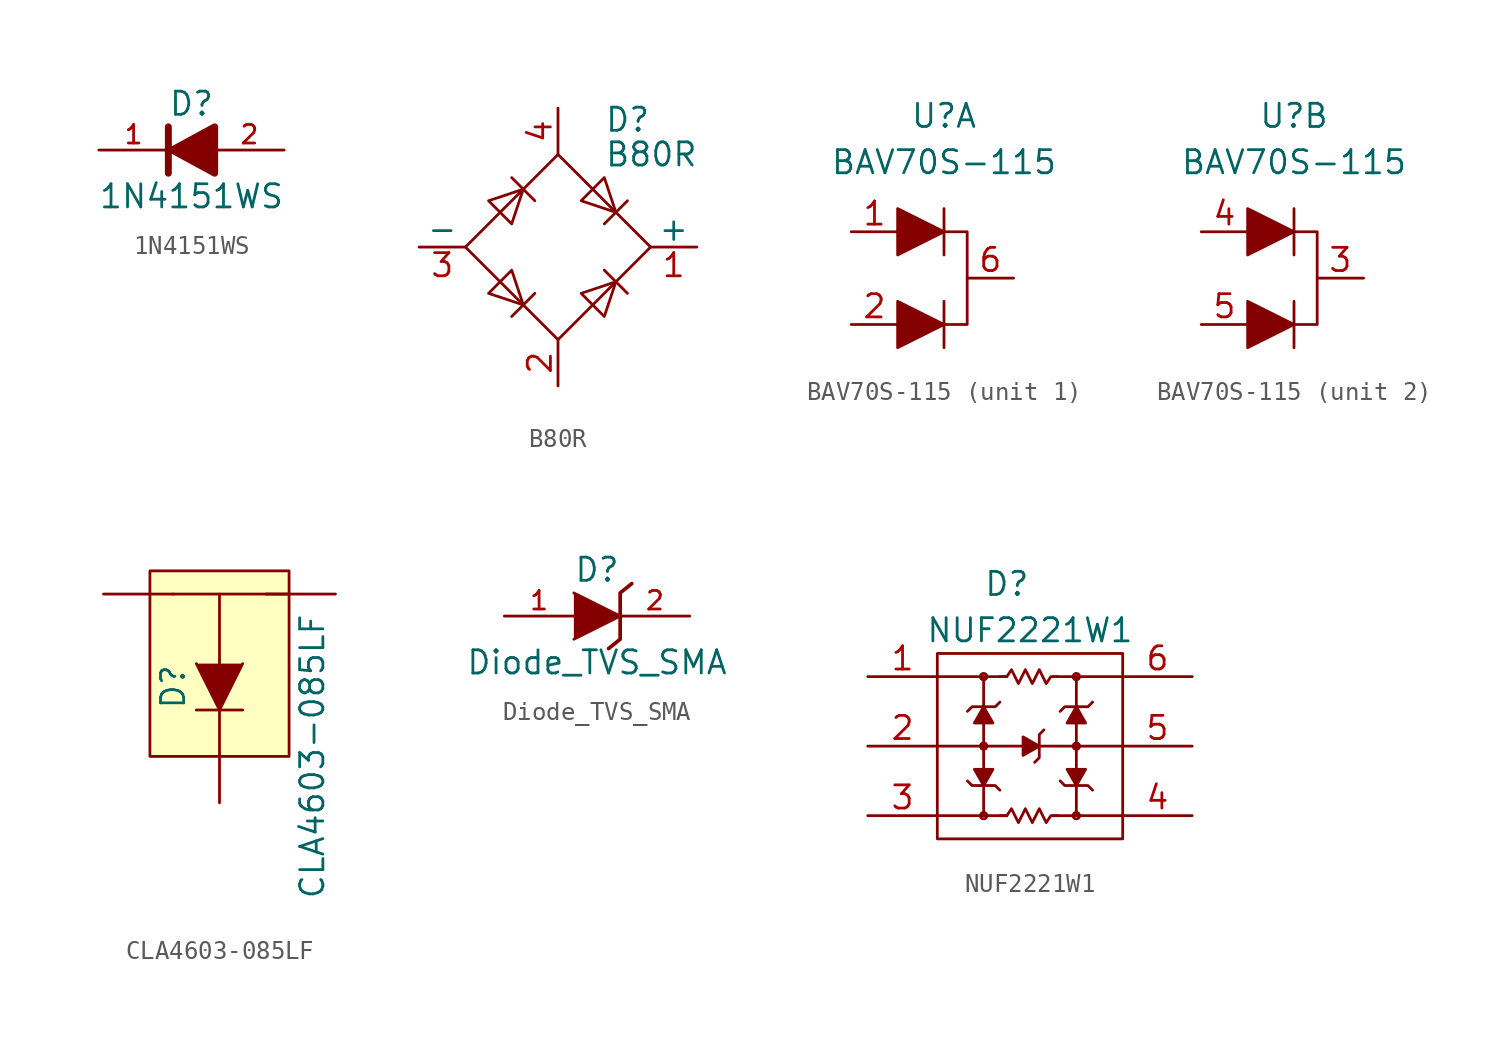
<source format=kicad_sym>
(kicad_symbol_lib
  (version 20231120)
  (generator "kicad_symbol_editor")
  (generator_version "8.0")
  (symbol "1N4151WS"
    (pin_names
      (offset 1.016))
    (property "Reference" "D"
      (at 0 2.54 0)
      (effects (font (size 1.27 1.27))))
    (property "Value" "1N4151WS"
      (at 0 -2.54 0)
      (effects (font (size 1.27 1.27))))
    (symbol "1N4151WS_0_1"
      (polyline (pts (xy -1.27 1.27) (xy -1.27 -1.27)) (stroke (width 0.381) (type default)) (fill (type none)))
      (polyline (pts (xy -1.067 0) (xy 1.27 1.27) (xy 1.27 -1.27) (xy -1.067 0)) (stroke (width 0.381) (type default)) (fill (type outline))))
    (symbol "1N4151WS_1_1"
      (pin passive line (at -5.08 0 0) (length 3.81) (name "~" (effects (font (size 1.016 1.016)))) (number "1" (effects (font (size 1.016 1.016)))))
      (pin passive line (at 5.08 0 180) (length 3.81) (name "~" (effects (font (size 1.016 1.016)))) (number "2" (effects (font (size 1.016 1.016)))))))
  (symbol "B80R"
    (pin_names
      (offset 0))
    (property "Reference" "D"
      (at 2.54 6.985 0)
      (effects (font (size 1.27 1.27)) (justify left)))
    (property "Value" "B80R"
      (at 2.54 5.08 0)
      (effects (font (size 1.27 1.27)) (justify left)))
    (symbol "B80R_0_1"
      (polyline (pts (xy -2.54 3.81) (xy -1.27 2.54)) (stroke (width 0) (type default)) (fill (type none)))
      (polyline (pts (xy -1.27 -2.54) (xy -2.54 -3.81)) (stroke (width 0) (type default)) (fill (type none)))
      (polyline (pts (xy 2.54 -1.27) (xy 3.81 -2.54)) (stroke (width 0) (type default)) (fill (type none)))
      (polyline (pts (xy 2.54 1.27) (xy 3.81 2.54)) (stroke (width 0) (type default)) (fill (type none)))
      (polyline (pts (xy -3.81 2.54) (xy -2.54 1.27) (xy -1.905 3.175) (xy -3.81 2.54)) (stroke (width 0) (type default)) (fill (type none)))
      (polyline (pts (xy -2.54 -1.27) (xy -3.81 -2.54) (xy -1.905 -3.175) (xy -2.54 -1.27)) (stroke (width 0) (type default)) (fill (type none)))
      (polyline (pts (xy 1.27 2.54) (xy 2.54 3.81) (xy 3.175 1.905) (xy 1.27 2.54)) (stroke (width 0) (type default)) (fill (type none)))
      (polyline (pts (xy 3.175 -1.905) (xy 1.27 -2.54) (xy 2.54 -3.81) (xy 3.175 -1.905)) (stroke (width 0) (type default)) (fill (type none)))
      (polyline (pts (xy -5.08 0) (xy 0 -5.08) (xy 5.08 0) (xy 0 5.08) (xy -5.08 0)) (stroke (width 0) (type default)) (fill (type none))))
    (symbol "B80R_1_1"
      (pin passive line (at 7.62 0 180) (length 2.54) (name "+" (effects (font (size 1.27 1.27)))) (number "1" (effects (font (size 1.27 1.27)))))
      (pin passive line (at 0 -7.62 90) (length 2.54) (name "~" (effects (font (size 1.27 1.27)))) (number "2" (effects (font (size 1.27 1.27)))))
      (pin passive line (at -7.62 0 0) (length 2.54) (name "-" (effects (font (size 1.27 1.27)))) (number "3" (effects (font (size 1.27 1.27)))))
      (pin passive line (at 0 7.62 270) (length 2.54) (name "~" (effects (font (size 1.27 1.27)))) (number "4" (effects (font (size 1.27 1.27)))))))
  (symbol "BAV70S-115"
    (pin_names hide)
    (property "Reference" "U"
      (at 0 8.89 0)
      (effects (font (size 1.27 1.27))))
    (property "Value" "BAV70S-115"
      (at 0 6.35 0)
      (effects (font (size 1.27 1.27))))
    (symbol "BAV70S-115_0_1"
      (polyline (pts (xy 0 -1.27) (xy 0 -3.81)) (stroke (width 0.152) (type default)) (fill (type none)))
      (polyline (pts (xy 0 3.81) (xy 0 1.27)) (stroke (width 0.152) (type default)) (fill (type none)))
      (polyline (pts (xy -2.54 -1.27) (xy -2.54 -3.81) (xy 0 -2.54) (xy -2.54 -1.27)) (stroke (width 0.152) (type default)) (fill (type outline)))
      (polyline (pts (xy -2.54 3.81) (xy -2.54 1.27) (xy 0 2.54) (xy -2.54 3.81)) (stroke (width 0.152) (type default)) (fill (type outline)))
      (polyline (pts (xy 0 2.54) (xy 1.27 2.54) (xy 1.27 -2.54) (xy 0 -2.54)) (stroke (width 0.152) (type default)) (fill (type none))))
    (symbol "BAV70S-115_1_1"
      (pin input line (at -5.08 2.54 0) (length 2.54) (name "A1" (effects (font (size 1.27 1.27)))) (number "1" (effects (font (size 1.27 1.27)))))
      (pin input line (at -5.08 -2.54 0) (length 2.54) (name "A2" (effects (font (size 1.27 1.27)))) (number "2" (effects (font (size 1.27 1.27)))))
      (pin input line (at 3.81 0 180) (length 2.54) (name "K12" (effects (font (size 1.27 1.27)))) (number "6" (effects (font (size 1.27 1.27))))))
    (symbol "BAV70S-115_2_1"
      (pin input line (at 3.81 0 180) (length 2.54) (name "K34" (effects (font (size 1.27 1.27)))) (number "3" (effects (font (size 1.27 1.27)))))
      (pin input line (at -5.08 2.54 0) (length 2.54) (name "A3" (effects (font (size 1.27 1.27)))) (number "4" (effects (font (size 1.27 1.27)))))
      (pin input line (at -5.08 -2.54 0) (length 2.54) (name "A4" (effects (font (size 1.27 1.27)))) (number "5" (effects (font (size 1.27 1.27)))))))
  (symbol "CLA4603-085LF"
    (pin_numbers hide)
    (pin_names
      (offset 1.016) hide)
    (property "Reference" "D"
      (at -2.54 -5.08 90)
      (effects (font (size 1.27 1.27))))
    (property "Value" "CLA4603-085LF"
      (at 5.08 -8.89 90)
      (effects (font (size 1.27 1.27))))
    (property "Footprint" ""
      (at 0 -7.62 90)
      (effects (font (size 1.27 1.27))))
    (property "Datasheet" ""
      (at -2.54 -5.08 90)
      (effects (font (size 1.27 1.27))))
    (symbol "CLA4603-085LF_0_1"
      (rectangle (start -3.81 1.27) (end 3.81 -8.89) (stroke (width 0) (type default)) (fill (type background)))
      (polyline (pts (xy -1.27 -6.35) (xy 1.27 -6.35)) (stroke (width 0.152) (type default)) (fill (type none)))
      (polyline (pts (xy 0 -8.89) (xy 0 -6.35)) (stroke (width 0) (type default)) (fill (type none)))
      (polyline (pts (xy 0 0) (xy 0 -3.81)) (stroke (width 0) (type default)) (fill (type none)))
      (polyline (pts (xy -2.54 0) (xy 3.81 0) (xy 1.27 0)) (stroke (width 0) (type default)) (fill (type none)))
      (polyline (pts (xy -1.27 -3.81) (xy 0 -6.35) (xy 1.27 -3.81)) (stroke (width 0) (type default)) (fill (type outline))))
    (symbol "CLA4603-085LF_1_1"
      (pin passive line (at -6.35 0 0) (length 3.81) (name "A" (effects (font (size 1.27 1.27)))) (number "1" (effects (font (size 1.27 1.27)))))
      (pin input line (at 0 -11.43 90) (length 2.54) (name "K" (effects (font (size 1.27 1.27)))) (number "2" (effects (font (size 1.27 1.27)))))
      (pin passive line (at 6.35 0 180) (length 3.81) (name "A" (effects (font (size 1.27 1.27)))) (number "3" (effects (font (size 1.27 1.27)))))))
  (symbol "Diode_TVS_SMA"
    (pin_names
      (offset 1.016) hide)
    (property "Reference" "D"
      (at 0 2.54 0)
      (effects (font (size 1.27 1.27))))
    (property "Value" "Diode_TVS_SMA"
      (at 0 -2.54 0)
      (effects (font (size 1.27 1.27))))
    (property "Footprint" ""
      (at 0 0 0)
      (effects (font (size 1.524 1.524))))
    (property "Datasheet" ""
      (at 0 0 0)
      (effects (font (size 1.524 1.524))))
    (symbol "Diode_TVS_SMA_0_1"
      (polyline (pts (xy -1.27 1.27) (xy 1.27 0) (xy -1.27 -1.27)) (stroke (width 0) (type default)) (fill (type outline)))
      (polyline (pts (xy 1.905 1.778) (xy 1.27 1.27) (xy 1.27 -1.27) (xy 0.635 -1.778)) (stroke (width 0.203) (type default)) (fill (type none))))
    (symbol "Diode_TVS_SMA_1_1"
      (pin passive line (at -5.08 0 0) (length 3.81) (name "A" (effects (font (size 1.016 1.016)))) (number "1" (effects (font (size 1.016 1.016)))))
      (pin passive line (at 5.08 0 180) (length 3.81) (name "K" (effects (font (size 1.016 1.016)))) (number "2" (effects (font (size 1.016 1.016)))))))
  (symbol "NUF2221W1"
    (pin_names
      (offset 1.016) hide)
    (property "Reference" "D"
      (at -1.27 8.89 0)
      (effects (font (size 1.27 1.27))))
    (property "Value" "NUF2221W1"
      (at 0 6.35 0)
      (effects (font (size 1.27 1.27))))
    (symbol "NUF2221W1_0_1"
      (rectangle (start -5.08 5.08) (end 5.08 -5.08) (stroke (width 0) (type default)) (fill (type none)))
      (circle (center -2.54 -3.81) (radius 0.178) (stroke (width 0) (type default)) (fill (type none)))
      (circle (center -2.54 0) (radius 0.178) (stroke (width 0) (type default)) (fill (type none)))
      (circle (center -2.54 3.81) (radius 0.178) (stroke (width 0) (type default)) (fill (type none)))
      (polyline (pts (xy -5.08 3.81) (xy -1.27 3.81)) (stroke (width 0) (type default)) (fill (type none)))
      (polyline (pts (xy -2.54 3.81) (xy -2.54 -3.81)) (stroke (width 0) (type default)) (fill (type none)))
      (polyline (pts (xy -1.27 -3.81) (xy -5.08 -3.81)) (stroke (width 0) (type default)) (fill (type none)))
      (polyline (pts (xy 1.27 3.81) (xy 5.08 3.81)) (stroke (width 0) (type default)) (fill (type none)))
      (polyline (pts (xy 2.54 3.81) (xy 2.54 -3.81)) (stroke (width 0) (type default)) (fill (type none)))
      (polyline (pts (xy 5.08 -3.81) (xy 1.27 -3.81)) (stroke (width 0) (type default)) (fill (type none)))
      (polyline (pts (xy 5.08 0) (xy -5.08 0)) (stroke (width 0) (type default)) (fill (type none)))
      (polyline (pts (xy -2.54 -2.159) (xy -3.048 -1.27) (xy -2.032 -1.27) (xy -2.54 -2.159)) (stroke (width 0) (type default)) (fill (type outline)))
      (polyline (pts (xy -2.54 2.159) (xy -3.048 1.27) (xy -2.032 1.27) (xy -2.54 2.159)) (stroke (width 0) (type default)) (fill (type outline)))
      (polyline (pts (xy 0.508 0) (xy -0.381 -0.508) (xy -0.381 0.508) (xy 0.508 0)) (stroke (width 0) (type default)) (fill (type outline)))
      (polyline (pts (xy 2.54 -2.159) (xy 2.032 -1.27) (xy 3.048 -1.27) (xy 2.54 -2.159)) (stroke (width 0) (type default)) (fill (type outline)))
      (polyline (pts (xy 2.54 2.159) (xy 2.032 1.27) (xy 3.048 1.27) (xy 2.54 2.159)) (stroke (width 0) (type default)) (fill (type outline)))
      (polyline (pts (xy -1.651 -2.413) (xy -1.905 -2.159) (xy -2.54 -2.159) (xy -3.175 -2.159) (xy -3.429 -1.905)) (stroke (width 0) (type default)) (fill (type none)))
      (polyline (pts (xy -1.651 2.413) (xy -1.905 2.159) (xy -2.54 2.159) (xy -3.175 2.159) (xy -3.429 1.905)) (stroke (width 0) (type default)) (fill (type none)))
      (polyline (pts (xy 0.762 0.889) (xy 0.508 0.635) (xy 0.508 0) (xy 0.508 -0.635) (xy 0.254 -0.889)) (stroke (width 0) (type default)) (fill (type none)))
      (polyline (pts (xy 3.429 -2.413) (xy 3.175 -2.159) (xy 2.54 -2.159) (xy 1.905 -2.159) (xy 1.651 -1.905)) (stroke (width 0) (type default)) (fill (type none)))
      (polyline (pts (xy 3.429 2.413) (xy 3.175 2.159) (xy 2.54 2.159) (xy 1.905 2.159) (xy 1.651 1.905)) (stroke (width 0) (type default)) (fill (type none)))
      (polyline (pts (xy -1.651 -3.81) (xy -1.27 -3.81) (xy -1.016 -3.429) (xy -0.635 -4.191) (xy -0.254 -3.429) (xy 0.127 -4.191) (xy 0.508 -3.429) (xy 0.889 -4.191) (xy 1.143 -3.81) (xy 1.524 -3.81)) (stroke (width 0) (type default)) (fill (type none)))
      (polyline (pts (xy -1.651 3.81) (xy -1.27 3.81) (xy -1.016 4.191) (xy -0.635 3.429) (xy -0.254 4.191) (xy 0.127 3.429) (xy 0.508 4.191) (xy 0.889 3.429) (xy 1.143 3.81) (xy 1.524 3.81)) (stroke (width 0) (type default)) (fill (type none)))
      (circle (center 2.54 -3.81) (radius 0.178) (stroke (width 0) (type default)) (fill (type none)))
      (circle (center 2.54 0) (radius 0.178) (stroke (width 0) (type default)) (fill (type none)))
      (circle (center 2.54 3.81) (radius 0.178) (stroke (width 0) (type default)) (fill (type none))))
    (symbol "NUF2221W1_1_1"
      (pin input line (at -8.89 3.81 0) (length 3.81) (name "D1" (effects (font (size 1.27 1.27)))) (number "1" (effects (font (size 1.27 1.27)))))
      (pin input line (at -8.89 0 0) (length 3.81) (name "GND" (effects (font (size 1.27 1.27)))) (number "2" (effects (font (size 1.27 1.27)))))
      (pin input line (at -8.89 -3.81 0) (length 3.81) (name "D2" (effects (font (size 1.27 1.27)))) (number "3" (effects (font (size 1.27 1.27)))))
      (pin input line (at 8.89 -3.81 180) (length 3.81) (name "D2c" (effects (font (size 1.27 1.27)))) (number "4" (effects (font (size 1.27 1.27)))))
      (pin input line (at 8.89 0 180) (length 3.81) (name "VBUS" (effects (font (size 1.27 1.27)))) (number "5" (effects (font (size 1.27 1.27)))))
      (pin input line (at 8.89 3.81 180) (length 3.81) (name "D1c" (effects (font (size 1.27 1.27)))) (number "6" (effects (font (size 1.27 1.27))))))))
</source>
